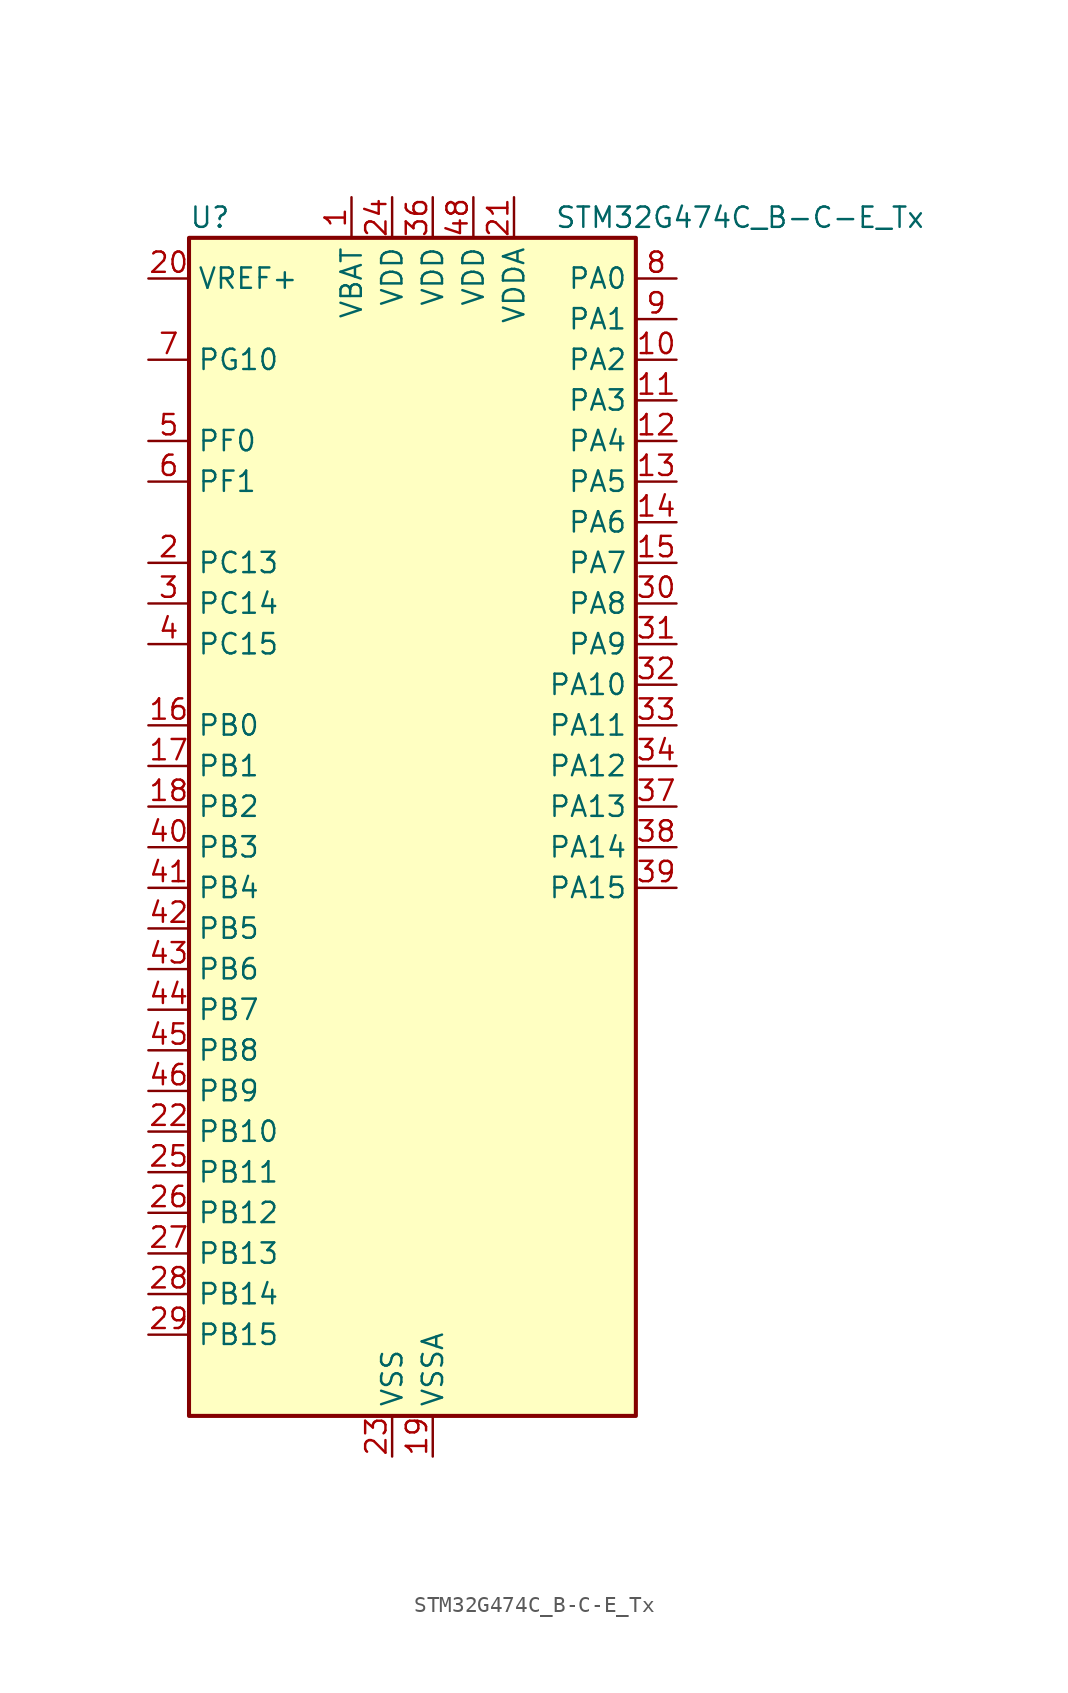
<source format=kicad_sym>
(kicad_symbol_lib
  (version 20231120)
  (generator "kicad_symbol_editor")
  (generator_version "8.0")
  (symbol "STM32G474C_B-C-E_Tx"
    (property "Reference" "U"
      (at -12.7 39.37 0)
      (effects (font (size 1.27 1.27)) (justify left)))
    (property "Value" "STM32G474C_B-C-E_Tx"
      (at 10.16 39.37 0)
      (effects (font (size 1.27 1.27)) (justify left)))
    (property "ki_locked" ""
      (at 0 0 0)
      (effects (font (size 1.27 1.27))))
    (symbol "STM32G474C_B-C-E_Tx_0_1"
      (rectangle (start -12.7 -35.56) (end 15.24 38.1) (stroke (width 0.254) (type default)) (fill (type background))))
    (symbol "STM32G474C_B-C-E_Tx_1_1"
      (pin power_in line (at -2.54 40.64 270) (length 2.54) (name "VBAT" (effects (font (size 1.27 1.27)))) (number "1" (effects (font (size 1.27 1.27)))))
      (pin bidirectional line (at 17.78 30.48 180) (length 2.54) (name "PA2" (effects (font (size 1.27 1.27)))) (number "10" (effects (font (size 1.27 1.27)))) (alternate "ADC1_IN3" bidirectional line) (alternate "ADC3_EXTI2" bidirectional line) (alternate "ADC4_EXTI2" bidirectional line) (alternate "ADC5_EXTI2" bidirectional line) (alternate "COMP2_INM" bidirectional line) (alternate "COMP2_OUT" bidirectional line) (alternate "LPUART1_TX" bidirectional line) (alternate "OPAMP1_VOUT" bidirectional line) (alternate "QUADSPI1_BK1_NCS" bidirectional line) (alternate "RCC_LSCO" bidirectional line) (alternate "SYS_WKUP4" bidirectional line) (alternate "TIM15_CH1" bidirectional line) (alternate "TIM2_CH3" bidirectional line) (alternate "TIM5_CH3" bidirectional line) (alternate "UCPD1_FRSTX1" bidirectional line) (alternate "UCPD1_FRSTX2" bidirectional line) (alternate "USART2_TX" bidirectional line))
      (pin bidirectional line (at 17.78 27.94 180) (length 2.54) (name "PA3" (effects (font (size 1.27 1.27)))) (number "11" (effects (font (size 1.27 1.27)))) (alternate "ADC1_IN4" bidirectional line) (alternate "ADC3_EXTI3" bidirectional line) (alternate "ADC4_EXTI3" bidirectional line) (alternate "ADC5_EXTI3" bidirectional line) (alternate "COMP2_INP" bidirectional line) (alternate "LPUART1_RX" bidirectional line) (alternate "OPAMP1_VINM" bidirectional line) (alternate "OPAMP1_VINM0" bidirectional line) (alternate "OPAMP1_VINM_SEC" bidirectional line) (alternate "OPAMP1_VINP" bidirectional line) (alternate "OPAMP1_VINP_SEC" bidirectional line) (alternate "OPAMP5_VINM" bidirectional line) (alternate "OPAMP5_VINM1" bidirectional line) (alternate "OPAMP5_VINM_SEC" bidirectional line) (alternate "QUADSPI1_CLK" bidirectional line) (alternate "SAI1_CK1" bidirectional line) (alternate "SAI1_MCLK_A" bidirectional line) (alternate "TIM15_CH2" bidirectional line) (alternate "TIM2_CH4" bidirectional line) (alternate "TIM5_CH4" bidirectional line) (alternate "USART2_RX" bidirectional line))
      (pin bidirectional line (at 17.78 25.4 180) (length 2.54) (name "PA4" (effects (font (size 1.27 1.27)))) (number "12" (effects (font (size 1.27 1.27)))) (alternate "ADC2_IN17" bidirectional line) (alternate "COMP1_INM" bidirectional line) (alternate "DAC1_OUT1" bidirectional line) (alternate "I2S3_WS" bidirectional line) (alternate "SAI1_FS_B" bidirectional line) (alternate "SPI1_NSS" bidirectional line) (alternate "SPI3_NSS" bidirectional line) (alternate "TIM3_CH2" bidirectional line) (alternate "USART2_CK" bidirectional line))
      (pin bidirectional line (at 17.78 22.86 180) (length 2.54) (name "PA5" (effects (font (size 1.27 1.27)))) (number "13" (effects (font (size 1.27 1.27)))) (alternate "ADC2_IN13" bidirectional line) (alternate "COMP2_INM" bidirectional line) (alternate "DAC1_OUT2" bidirectional line) (alternate "OPAMP2_VINM" bidirectional line) (alternate "OPAMP2_VINM0" bidirectional line) (alternate "OPAMP2_VINM_SEC" bidirectional line) (alternate "SPI1_SCK" bidirectional line) (alternate "TIM2_CH1" bidirectional line) (alternate "TIM2_ETR" bidirectional line) (alternate "UCPD1_FRSTX1" bidirectional line) (alternate "UCPD1_FRSTX2" bidirectional line))
      (pin bidirectional line (at 17.78 20.32 180) (length 2.54) (name "PA6" (effects (font (size 1.27 1.27)))) (number "14" (effects (font (size 1.27 1.27)))) (alternate "ADC2_IN3" bidirectional line) (alternate "COMP1_OUT" bidirectional line) (alternate "DAC2_OUT1" bidirectional line) (alternate "LPUART1_CTS" bidirectional line) (alternate "OPAMP2_VOUT" bidirectional line) (alternate "QUADSPI1_BK1_IO3" bidirectional line) (alternate "SPI1_MISO" bidirectional line) (alternate "TIM16_CH1" bidirectional line) (alternate "TIM1_BKIN" bidirectional line) (alternate "TIM3_CH1" bidirectional line) (alternate "TIM8_BKIN" bidirectional line))
      (pin bidirectional line (at 17.78 17.78 180) (length 2.54) (name "PA7" (effects (font (size 1.27 1.27)))) (number "15" (effects (font (size 1.27 1.27)))) (alternate "ADC2_IN4" bidirectional line) (alternate "COMP2_INP" bidirectional line) (alternate "COMP2_OUT" bidirectional line) (alternate "OPAMP1_VINP" bidirectional line) (alternate "OPAMP1_VINP_SEC" bidirectional line) (alternate "OPAMP2_VINP" bidirectional line) (alternate "OPAMP2_VINP_SEC" bidirectional line) (alternate "QUADSPI1_BK1_IO2" bidirectional line) (alternate "SPI1_MOSI" bidirectional line) (alternate "TIM17_CH1" bidirectional line) (alternate "TIM1_CH1N" bidirectional line) (alternate "TIM3_CH2" bidirectional line) (alternate "TIM8_CH1N" bidirectional line) (alternate "UCPD1_FRSTX1" bidirectional line) (alternate "UCPD1_FRSTX2" bidirectional line))
      (pin bidirectional line (at -15.24 7.62 0) (length 2.54) (name "PB0" (effects (font (size 1.27 1.27)))) (number "16" (effects (font (size 1.27 1.27)))) (alternate "ADC1_IN15" bidirectional line) (alternate "ADC3_IN12" bidirectional line) (alternate "COMP4_INP" bidirectional line) (alternate "HRTIM1_FLT5" bidirectional line) (alternate "OPAMP2_VINP" bidirectional line) (alternate "OPAMP2_VINP_SEC" bidirectional line) (alternate "OPAMP3_VINP" bidirectional line) (alternate "OPAMP3_VINP_SEC" bidirectional line) (alternate "QUADSPI1_BK1_IO1" bidirectional line) (alternate "TIM1_CH2N" bidirectional line) (alternate "TIM3_CH3" bidirectional line) (alternate "TIM8_CH2N" bidirectional line) (alternate "UCPD1_FRSTX1" bidirectional line) (alternate "UCPD1_FRSTX2" bidirectional line))
      (pin bidirectional line (at -15.24 5.08 0) (length 2.54) (name "PB1" (effects (font (size 1.27 1.27)))) (number "17" (effects (font (size 1.27 1.27)))) (alternate "ADC1_IN12" bidirectional line) (alternate "ADC3_IN1" bidirectional line) (alternate "COMP1_INP" bidirectional line) (alternate "COMP4_OUT" bidirectional line) (alternate "HRTIM1_SCOUT" bidirectional line) (alternate "LPUART1_DE" bidirectional line) (alternate "LPUART1_RTS" bidirectional line) (alternate "OPAMP3_VOUT" bidirectional line) (alternate "OPAMP6_VINM" bidirectional line) (alternate "OPAMP6_VINM1" bidirectional line) (alternate "OPAMP6_VINM_SEC" bidirectional line) (alternate "QUADSPI1_BK1_IO0" bidirectional line) (alternate "TIM1_CH3N" bidirectional line) (alternate "TIM3_CH4" bidirectional line) (alternate "TIM8_CH3N" bidirectional line))
      (pin bidirectional line (at -15.24 2.54 0) (length 2.54) (name "PB2" (effects (font (size 1.27 1.27)))) (number "18" (effects (font (size 1.27 1.27)))) (alternate "ADC2_IN12" bidirectional line) (alternate "ADC3_EXTI2" bidirectional line) (alternate "ADC4_EXTI2" bidirectional line) (alternate "ADC5_EXTI2" bidirectional line) (alternate "COMP4_INM" bidirectional line) (alternate "HRTIM1_SCIN" bidirectional line) (alternate "I2C3_SMBA" bidirectional line) (alternate "LPTIM1_OUT" bidirectional line) (alternate "OPAMP3_VINM" bidirectional line) (alternate "OPAMP3_VINM0" bidirectional line) (alternate "OPAMP3_VINM_SEC" bidirectional line) (alternate "QUADSPI1_BK2_IO1" bidirectional line) (alternate "RTC_OUT2" bidirectional line) (alternate "TIM20_CH1" bidirectional line) (alternate "TIM5_CH1" bidirectional line))
      (pin power_in line (at 2.54 -38.1 90) (length 2.54) (name "VSSA" (effects (font (size 1.27 1.27)))) (number "19" (effects (font (size 1.27 1.27)))))
      (pin bidirectional line (at -15.24 17.78 0) (length 2.54) (name "PC13" (effects (font (size 1.27 1.27)))) (number "2" (effects (font (size 1.27 1.27)))) (alternate "RTC_OUT1" bidirectional line) (alternate "RTC_TAMP1" bidirectional line) (alternate "RTC_TS" bidirectional line) (alternate "SYS_WKUP2" bidirectional line) (alternate "TIM1_BKIN" bidirectional line) (alternate "TIM1_CH1N" bidirectional line) (alternate "TIM8_CH4N" bidirectional line))
      (pin input line (at -15.24 35.56 0) (length 2.54) (name "VREF+" (effects (font (size 1.27 1.27)))) (number "20" (effects (font (size 1.27 1.27)))) (alternate "VREFBUF_OUT" bidirectional line))
      (pin power_in line (at 7.62 40.64 270) (length 2.54) (name "VDDA" (effects (font (size 1.27 1.27)))) (number "21" (effects (font (size 1.27 1.27)))))
      (pin bidirectional line (at -15.24 -17.78 0) (length 2.54) (name "PB10" (effects (font (size 1.27 1.27)))) (number "22" (effects (font (size 1.27 1.27)))) (alternate "COMP5_INM" bidirectional line) (alternate "DAC1_EXTI10" bidirectional line) (alternate "DAC2_EXTI10" bidirectional line) (alternate "DAC3_EXTI10" bidirectional line) (alternate "DAC4_EXTI10" bidirectional line) (alternate "HRTIM1_FLT3" bidirectional line) (alternate "LPUART1_RX" bidirectional line) (alternate "OPAMP3_VINM" bidirectional line) (alternate "OPAMP3_VINM1" bidirectional line) (alternate "OPAMP3_VINM_SEC" bidirectional line) (alternate "OPAMP4_VINM" bidirectional line) (alternate "OPAMP4_VINM0" bidirectional line) (alternate "OPAMP4_VINM_SEC" bidirectional line) (alternate "QUADSPI1_CLK" bidirectional line) (alternate "SAI1_SCK_A" bidirectional line) (alternate "TIM1_BKIN" bidirectional line) (alternate "TIM2_CH3" bidirectional line) (alternate "USART3_TX" bidirectional line))
      (pin power_in line (at 0 -38.1 90) (length 2.54) (name "VSS" (effects (font (size 1.27 1.27)))) (number "23" (effects (font (size 1.27 1.27)))))
      (pin power_in line (at 0 40.64 270) (length 2.54) (name "VDD" (effects (font (size 1.27 1.27)))) (number "24" (effects (font (size 1.27 1.27)))))
      (pin bidirectional line (at -15.24 -20.32 0) (length 2.54) (name "PB11" (effects (font (size 1.27 1.27)))) (number "25" (effects (font (size 1.27 1.27)))) (alternate "ADC1_EXTI11" bidirectional line) (alternate "ADC1_IN14" bidirectional line) (alternate "ADC2_EXTI11" bidirectional line) (alternate "ADC2_IN14" bidirectional line) (alternate "COMP6_INP" bidirectional line) (alternate "HRTIM1_FLT4" bidirectional line) (alternate "LPUART1_TX" bidirectional line) (alternate "OPAMP4_VINP" bidirectional line) (alternate "OPAMP4_VINP_SEC" bidirectional line) (alternate "OPAMP6_VOUT" bidirectional line) (alternate "QUADSPI1_BK1_NCS" bidirectional line) (alternate "TIM2_CH4" bidirectional line) (alternate "USART3_RX" bidirectional line))
      (pin bidirectional line (at -15.24 -22.86 0) (length 2.54) (name "PB12" (effects (font (size 1.27 1.27)))) (number "26" (effects (font (size 1.27 1.27)))) (alternate "ADC1_IN11" bidirectional line) (alternate "ADC4_IN3" bidirectional line) (alternate "COMP7_INM" bidirectional line) (alternate "FDCAN2_RX" bidirectional line) (alternate "HRTIM1_CHC1" bidirectional line) (alternate "I2C2_SMBA" bidirectional line) (alternate "I2S2_WS" bidirectional line) (alternate "LPUART1_DE" bidirectional line) (alternate "LPUART1_RTS" bidirectional line) (alternate "OPAMP4_VOUT" bidirectional line) (alternate "OPAMP6_VINP" bidirectional line) (alternate "OPAMP6_VINP_SEC" bidirectional line) (alternate "SPI2_NSS" bidirectional line) (alternate "TIM1_BKIN" bidirectional line) (alternate "TIM5_ETR" bidirectional line) (alternate "USART3_CK" bidirectional line))
      (pin bidirectional line (at -15.24 -25.4 0) (length 2.54) (name "PB13" (effects (font (size 1.27 1.27)))) (number "27" (effects (font (size 1.27 1.27)))) (alternate "ADC3_IN5" bidirectional line) (alternate "COMP5_INP" bidirectional line) (alternate "FDCAN2_TX" bidirectional line) (alternate "HRTIM1_CHC2" bidirectional line) (alternate "I2S2_CK" bidirectional line) (alternate "LPUART1_CTS" bidirectional line) (alternate "OPAMP3_VINP" bidirectional line) (alternate "OPAMP3_VINP_SEC" bidirectional line) (alternate "OPAMP4_VINP" bidirectional line) (alternate "OPAMP4_VINP_SEC" bidirectional line) (alternate "OPAMP6_VINP" bidirectional line) (alternate "OPAMP6_VINP_SEC" bidirectional line) (alternate "SPI2_SCK" bidirectional line) (alternate "TIM1_CH1N" bidirectional line) (alternate "USART3_CTS" bidirectional line) (alternate "USART3_NSS" bidirectional line))
      (pin bidirectional line (at -15.24 -27.94 0) (length 2.54) (name "PB14" (effects (font (size 1.27 1.27)))) (number "28" (effects (font (size 1.27 1.27)))) (alternate "ADC1_IN5" bidirectional line) (alternate "ADC4_IN4" bidirectional line) (alternate "COMP4_OUT" bidirectional line) (alternate "COMP7_INP" bidirectional line) (alternate "HRTIM1_CHD1" bidirectional line) (alternate "OPAMP2_VINP" bidirectional line) (alternate "OPAMP2_VINP_SEC" bidirectional line) (alternate "OPAMP5_VINP" bidirectional line) (alternate "OPAMP5_VINP_SEC" bidirectional line) (alternate "SPI2_MISO" bidirectional line) (alternate "TIM15_CH1" bidirectional line) (alternate "TIM1_CH2N" bidirectional line) (alternate "USART3_DE" bidirectional line) (alternate "USART3_RTS" bidirectional line))
      (pin bidirectional line (at -15.24 -30.48 0) (length 2.54) (name "PB15" (effects (font (size 1.27 1.27)))) (number "29" (effects (font (size 1.27 1.27)))) (alternate "ADC1_EXTI15" bidirectional line) (alternate "ADC2_EXTI15" bidirectional line) (alternate "ADC2_IN15" bidirectional line) (alternate "ADC4_IN5" bidirectional line) (alternate "COMP3_OUT" bidirectional line) (alternate "COMP6_INM" bidirectional line) (alternate "HRTIM1_CHD2" bidirectional line) (alternate "I2S2_SD" bidirectional line) (alternate "OPAMP5_VINM" bidirectional line) (alternate "OPAMP5_VINM0" bidirectional line) (alternate "OPAMP5_VINM_SEC" bidirectional line) (alternate "RTC_REFIN" bidirectional line) (alternate "SPI2_MOSI" bidirectional line) (alternate "TIM15_CH1N" bidirectional line) (alternate "TIM15_CH2" bidirectional line) (alternate "TIM1_CH3N" bidirectional line))
      (pin bidirectional line (at -15.24 15.24 0) (length 2.54) (name "PC14" (effects (font (size 1.27 1.27)))) (number "3" (effects (font (size 1.27 1.27)))) (alternate "RCC_OSC32_IN" bidirectional line))
      (pin bidirectional line (at 17.78 15.24 180) (length 2.54) (name "PA8" (effects (font (size 1.27 1.27)))) (number "30" (effects (font (size 1.27 1.27)))) (alternate "ADC5_IN1" bidirectional line) (alternate "COMP7_OUT" bidirectional line) (alternate "FDCAN3_RX" bidirectional line) (alternate "HRTIM1_CHA1" bidirectional line) (alternate "I2C2_SDA" bidirectional line) (alternate "I2C3_SCL" bidirectional line) (alternate "I2S2_MCK" bidirectional line) (alternate "OPAMP5_VOUT" bidirectional line) (alternate "RCC_MCO" bidirectional line) (alternate "SAI1_CK2" bidirectional line) (alternate "SAI1_SCK_A" bidirectional line) (alternate "TIM1_CH1" bidirectional line) (alternate "TIM4_ETR" bidirectional line) (alternate "USART1_CK" bidirectional line))
      (pin bidirectional line (at 17.78 12.7 180) (length 2.54) (name "PA9" (effects (font (size 1.27 1.27)))) (number "31" (effects (font (size 1.27 1.27)))) (alternate "ADC5_IN2" bidirectional line) (alternate "COMP5_OUT" bidirectional line) (alternate "DAC1_EXTI9" bidirectional line) (alternate "DAC2_EXTI9" bidirectional line) (alternate "DAC3_EXTI9" bidirectional line) (alternate "DAC4_EXTI9" bidirectional line) (alternate "HRTIM1_CHA2" bidirectional line) (alternate "I2C2_SCL" bidirectional line) (alternate "I2C3_SMBA" bidirectional line) (alternate "I2S3_MCK" bidirectional line) (alternate "SAI1_FS_A" bidirectional line) (alternate "TIM15_BKIN" bidirectional line) (alternate "TIM1_CH2" bidirectional line) (alternate "TIM2_CH3" bidirectional line) (alternate "UCPD1_DBCC1" bidirectional line) (alternate "USART1_TX" bidirectional line))
      (pin bidirectional line (at 17.78 10.16 180) (length 2.54) (name "PA10" (effects (font (size 1.27 1.27)))) (number "32" (effects (font (size 1.27 1.27)))) (alternate "COMP6_OUT" bidirectional line) (alternate "CRS_SYNC" bidirectional line) (alternate "DAC1_EXTI10" bidirectional line) (alternate "DAC2_EXTI10" bidirectional line) (alternate "DAC3_EXTI10" bidirectional line) (alternate "DAC4_EXTI10" bidirectional line) (alternate "HRTIM1_CHB1" bidirectional line) (alternate "I2C2_SMBA" bidirectional line) (alternate "SAI1_D1" bidirectional line) (alternate "SAI1_SD_A" bidirectional line) (alternate "SPI2_MISO" bidirectional line) (alternate "TIM17_BKIN" bidirectional line) (alternate "TIM1_CH3" bidirectional line) (alternate "TIM2_CH4" bidirectional line) (alternate "TIM8_BKIN" bidirectional line) (alternate "UCPD1_DBCC2" bidirectional line) (alternate "USART1_RX" bidirectional line))
      (pin bidirectional line (at 17.78 7.62 180) (length 2.54) (name "PA11" (effects (font (size 1.27 1.27)))) (number "33" (effects (font (size 1.27 1.27)))) (alternate "ADC1_EXTI11" bidirectional line) (alternate "ADC2_EXTI11" bidirectional line) (alternate "COMP1_OUT" bidirectional line) (alternate "FDCAN1_RX" bidirectional line) (alternate "HRTIM1_CHB2" bidirectional line) (alternate "I2S2_SD" bidirectional line) (alternate "SPI2_MOSI" bidirectional line) (alternate "TIM1_BKIN2" bidirectional line) (alternate "TIM1_CH1N" bidirectional line) (alternate "TIM1_CH4" bidirectional line) (alternate "TIM4_CH1" bidirectional line) (alternate "USART1_CTS" bidirectional line) (alternate "USART1_NSS" bidirectional line) (alternate "USB_DM" bidirectional line))
      (pin bidirectional line (at 17.78 5.08 180) (length 2.54) (name "PA12" (effects (font (size 1.27 1.27)))) (number "34" (effects (font (size 1.27 1.27)))) (alternate "COMP2_OUT" bidirectional line) (alternate "FDCAN1_TX" bidirectional line) (alternate "HRTIM1_FLT1" bidirectional line) (alternate "I2S_CKIN" bidirectional line) (alternate "TIM16_CH1" bidirectional line) (alternate "TIM1_CH2N" bidirectional line) (alternate "TIM1_ETR" bidirectional line) (alternate "TIM4_CH2" bidirectional line) (alternate "USART1_DE" bidirectional line) (alternate "USART1_RTS" bidirectional line) (alternate "USB_DP" bidirectional line))
      (pin passive line (at 0 -38.1 90) (length 2.54) hide (name "VSS" (effects (font (size 1.27 1.27)))) (number "35" (effects (font (size 1.27 1.27)))))
      (pin power_in line (at 2.54 40.64 270) (length 2.54) (name "VDD" (effects (font (size 1.27 1.27)))) (number "36" (effects (font (size 1.27 1.27)))))
      (pin bidirectional line (at 17.78 2.54 180) (length 2.54) (name "PA13" (effects (font (size 1.27 1.27)))) (number "37" (effects (font (size 1.27 1.27)))) (alternate "I2C1_SCL" bidirectional line) (alternate "I2C4_SCL" bidirectional line) (alternate "IR_OUT" bidirectional line) (alternate "SAI1_SD_B" bidirectional line) (alternate "SYS_JTMS-SWDIO" bidirectional line) (alternate "TIM16_CH1N" bidirectional line) (alternate "TIM4_CH3" bidirectional line) (alternate "USART3_CTS" bidirectional line) (alternate "USART3_NSS" bidirectional line))
      (pin bidirectional line (at 17.78 0 180) (length 2.54) (name "PA14" (effects (font (size 1.27 1.27)))) (number "38" (effects (font (size 1.27 1.27)))) (alternate "I2C1_SDA" bidirectional line) (alternate "I2C4_SMBA" bidirectional line) (alternate "LPTIM1_OUT" bidirectional line) (alternate "SAI1_FS_B" bidirectional line) (alternate "SYS_JTCK-SWCLK" bidirectional line) (alternate "TIM1_BKIN" bidirectional line) (alternate "TIM8_CH2" bidirectional line) (alternate "USART2_TX" bidirectional line))
      (pin bidirectional line (at 17.78 -2.54 180) (length 2.54) (name "PA15" (effects (font (size 1.27 1.27)))) (number "39" (effects (font (size 1.27 1.27)))) (alternate "ADC1_EXTI15" bidirectional line) (alternate "ADC2_EXTI15" bidirectional line) (alternate "FDCAN3_TX" bidirectional line) (alternate "HRTIM1_FLT2" bidirectional line) (alternate "I2C1_SCL" bidirectional line) (alternate "I2S3_WS" bidirectional line) (alternate "SPI1_NSS" bidirectional line) (alternate "SPI3_NSS" bidirectional line) (alternate "SYS_JTDI" bidirectional line) (alternate "TIM1_BKIN" bidirectional line) (alternate "TIM2_CH1" bidirectional line) (alternate "TIM2_ETR" bidirectional line) (alternate "TIM8_CH1" bidirectional line) (alternate "USART2_RX" bidirectional line))
      (pin bidirectional line (at -15.24 12.7 0) (length 2.54) (name "PC15" (effects (font (size 1.27 1.27)))) (number "4" (effects (font (size 1.27 1.27)))) (alternate "ADC1_EXTI15" bidirectional line) (alternate "ADC2_EXTI15" bidirectional line) (alternate "RCC_OSC32_OUT" bidirectional line))
      (pin bidirectional line (at -15.24 0 0) (length 2.54) (name "PB3" (effects (font (size 1.27 1.27)))) (number "40" (effects (font (size 1.27 1.27)))) (alternate "ADC3_EXTI3" bidirectional line) (alternate "ADC4_EXTI3" bidirectional line) (alternate "ADC5_EXTI3" bidirectional line) (alternate "CRS_SYNC" bidirectional line) (alternate "FDCAN3_RX" bidirectional line) (alternate "HRTIM1_EEV9" bidirectional line) (alternate "HRTIM1_SCOUT" bidirectional line) (alternate "I2S3_CK" bidirectional line) (alternate "SAI1_SCK_B" bidirectional line) (alternate "SPI1_SCK" bidirectional line) (alternate "SPI3_SCK" bidirectional line) (alternate "SYS_JTDO-SWO" bidirectional line) (alternate "TIM2_CH2" bidirectional line) (alternate "TIM3_ETR" bidirectional line) (alternate "TIM4_ETR" bidirectional line) (alternate "TIM8_CH1N" bidirectional line) (alternate "USART2_TX" bidirectional line))
      (pin bidirectional line (at -15.24 -2.54 0) (length 2.54) (name "PB4" (effects (font (size 1.27 1.27)))) (number "41" (effects (font (size 1.27 1.27)))) (alternate "FDCAN3_TX" bidirectional line) (alternate "HRTIM1_EEV7" bidirectional line) (alternate "SAI1_MCLK_B" bidirectional line) (alternate "SPI1_MISO" bidirectional line) (alternate "SPI3_MISO" bidirectional line) (alternate "SYS_JTRST" bidirectional line) (alternate "TIM16_CH1" bidirectional line) (alternate "TIM17_BKIN" bidirectional line) (alternate "TIM3_CH1" bidirectional line) (alternate "TIM8_CH2N" bidirectional line) (alternate "UCPD1_CC2" bidirectional line) (alternate "USART2_RX" bidirectional line))
      (pin bidirectional line (at -15.24 -5.08 0) (length 2.54) (name "PB5" (effects (font (size 1.27 1.27)))) (number "42" (effects (font (size 1.27 1.27)))) (alternate "FDCAN2_RX" bidirectional line) (alternate "HRTIM1_EEV6" bidirectional line) (alternate "I2C1_SMBA" bidirectional line) (alternate "I2C3_SDA" bidirectional line) (alternate "I2S3_SD" bidirectional line) (alternate "LPTIM1_IN1" bidirectional line) (alternate "SAI1_SD_B" bidirectional line) (alternate "SPI1_MOSI" bidirectional line) (alternate "SPI3_MOSI" bidirectional line) (alternate "TIM16_BKIN" bidirectional line) (alternate "TIM17_CH1" bidirectional line) (alternate "TIM3_CH2" bidirectional line) (alternate "TIM8_CH3N" bidirectional line) (alternate "USART2_CK" bidirectional line))
      (pin bidirectional line (at -15.24 -7.62 0) (length 2.54) (name "PB6" (effects (font (size 1.27 1.27)))) (number "43" (effects (font (size 1.27 1.27)))) (alternate "COMP4_OUT" bidirectional line) (alternate "FDCAN2_TX" bidirectional line) (alternate "HRTIM1_EEV4" bidirectional line) (alternate "HRTIM1_SCIN" bidirectional line) (alternate "LPTIM1_ETR" bidirectional line) (alternate "SAI1_FS_B" bidirectional line) (alternate "TIM16_CH1N" bidirectional line) (alternate "TIM4_CH1" bidirectional line) (alternate "TIM8_BKIN2" bidirectional line) (alternate "TIM8_CH1" bidirectional line) (alternate "TIM8_ETR" bidirectional line) (alternate "UCPD1_CC1" bidirectional line) (alternate "USART1_TX" bidirectional line))
      (pin bidirectional line (at -15.24 -10.16 0) (length 2.54) (name "PB7" (effects (font (size 1.27 1.27)))) (number "44" (effects (font (size 1.27 1.27)))) (alternate "COMP3_OUT" bidirectional line) (alternate "HRTIM1_EEV3" bidirectional line) (alternate "I2C1_SDA" bidirectional line) (alternate "I2C4_SDA" bidirectional line) (alternate "LPTIM1_IN2" bidirectional line) (alternate "SYS_PVD_IN" bidirectional line) (alternate "TIM17_CH1N" bidirectional line) (alternate "TIM3_CH4" bidirectional line) (alternate "TIM4_CH2" bidirectional line) (alternate "TIM8_BKIN" bidirectional line) (alternate "USART1_RX" bidirectional line))
      (pin bidirectional line (at -15.24 -12.7 0) (length 2.54) (name "PB8" (effects (font (size 1.27 1.27)))) (number "45" (effects (font (size 1.27 1.27)))) (alternate "COMP1_OUT" bidirectional line) (alternate "FDCAN1_RX" bidirectional line) (alternate "HRTIM1_EEV8" bidirectional line) (alternate "I2C1_SCL" bidirectional line) (alternate "SAI1_CK1" bidirectional line) (alternate "SAI1_MCLK_A" bidirectional line) (alternate "TIM16_CH1" bidirectional line) (alternate "TIM1_BKIN" bidirectional line) (alternate "TIM4_CH3" bidirectional line) (alternate "TIM8_CH2" bidirectional line) (alternate "USART3_RX" bidirectional line))
      (pin bidirectional line (at -15.24 -15.24 0) (length 2.54) (name "PB9" (effects (font (size 1.27 1.27)))) (number "46" (effects (font (size 1.27 1.27)))) (alternate "COMP2_OUT" bidirectional line) (alternate "DAC1_EXTI9" bidirectional line) (alternate "DAC2_EXTI9" bidirectional line) (alternate "DAC3_EXTI9" bidirectional line) (alternate "DAC4_EXTI9" bidirectional line) (alternate "FDCAN1_TX" bidirectional line) (alternate "HRTIM1_EEV5" bidirectional line) (alternate "I2C1_SDA" bidirectional line) (alternate "IR_OUT" bidirectional line) (alternate "SAI1_D2" bidirectional line) (alternate "SAI1_FS_A" bidirectional line) (alternate "TIM17_CH1" bidirectional line) (alternate "TIM1_CH3N" bidirectional line) (alternate "TIM4_CH4" bidirectional line) (alternate "TIM8_CH3" bidirectional line) (alternate "USART3_TX" bidirectional line))
      (pin passive line (at 0 -38.1 90) (length 2.54) hide (name "VSS" (effects (font (size 1.27 1.27)))) (number "47" (effects (font (size 1.27 1.27)))))
      (pin power_in line (at 5.08 40.64 270) (length 2.54) (name "VDD" (effects (font (size 1.27 1.27)))) (number "48" (effects (font (size 1.27 1.27)))))
      (pin bidirectional line (at -15.24 25.4 0) (length 2.54) (name "PF0" (effects (font (size 1.27 1.27)))) (number "5" (effects (font (size 1.27 1.27)))) (alternate "ADC1_IN10" bidirectional line) (alternate "I2C2_SDA" bidirectional line) (alternate "I2S2_WS" bidirectional line) (alternate "RCC_OSC_IN" bidirectional line) (alternate "SPI2_NSS" bidirectional line) (alternate "TIM1_CH3N" bidirectional line))
      (pin bidirectional line (at -15.24 22.86 0) (length 2.54) (name "PF1" (effects (font (size 1.27 1.27)))) (number "6" (effects (font (size 1.27 1.27)))) (alternate "ADC2_IN10" bidirectional line) (alternate "COMP3_INM" bidirectional line) (alternate "I2S2_CK" bidirectional line) (alternate "RCC_OSC_OUT" bidirectional line) (alternate "SPI2_SCK" bidirectional line))
      (pin bidirectional line (at -15.24 30.48 0) (length 2.54) (name "PG10" (effects (font (size 1.27 1.27)))) (number "7" (effects (font (size 1.27 1.27)))) (alternate "DAC1_EXTI10" bidirectional line) (alternate "DAC2_EXTI10" bidirectional line) (alternate "DAC3_EXTI10" bidirectional line) (alternate "DAC4_EXTI10" bidirectional line) (alternate "RCC_MCO" bidirectional line))
      (pin bidirectional line (at 17.78 35.56 180) (length 2.54) (name "PA0" (effects (font (size 1.27 1.27)))) (number "8" (effects (font (size 1.27 1.27)))) (alternate "ADC1_IN1" bidirectional line) (alternate "ADC2_IN1" bidirectional line) (alternate "COMP1_INM" bidirectional line) (alternate "COMP1_OUT" bidirectional line) (alternate "COMP3_INP" bidirectional line) (alternate "RTC_TAMP2" bidirectional line) (alternate "SYS_WKUP1" bidirectional line) (alternate "TIM2_CH1" bidirectional line) (alternate "TIM2_ETR" bidirectional line) (alternate "TIM5_CH1" bidirectional line) (alternate "TIM8_BKIN" bidirectional line) (alternate "TIM8_ETR" bidirectional line) (alternate "USART2_CTS" bidirectional line) (alternate "USART2_NSS" bidirectional line))
      (pin bidirectional line (at 17.78 33.02 180) (length 2.54) (name "PA1" (effects (font (size 1.27 1.27)))) (number "9" (effects (font (size 1.27 1.27)))) (alternate "ADC1_IN2" bidirectional line) (alternate "ADC2_IN2" bidirectional line) (alternate "COMP1_INP" bidirectional line) (alternate "OPAMP1_VINP" bidirectional line) (alternate "OPAMP1_VINP_SEC" bidirectional line) (alternate "OPAMP3_VINP" bidirectional line) (alternate "OPAMP3_VINP_SEC" bidirectional line) (alternate "OPAMP6_VINM" bidirectional line) (alternate "OPAMP6_VINM0" bidirectional line) (alternate "OPAMP6_VINM_SEC" bidirectional line) (alternate "RTC_REFIN" bidirectional line) (alternate "TIM15_CH1N" bidirectional line) (alternate "TIM2_CH2" bidirectional line) (alternate "TIM5_CH2" bidirectional line) (alternate "USART2_DE" bidirectional line) (alternate "USART2_RTS" bidirectional line)))))
</source>
